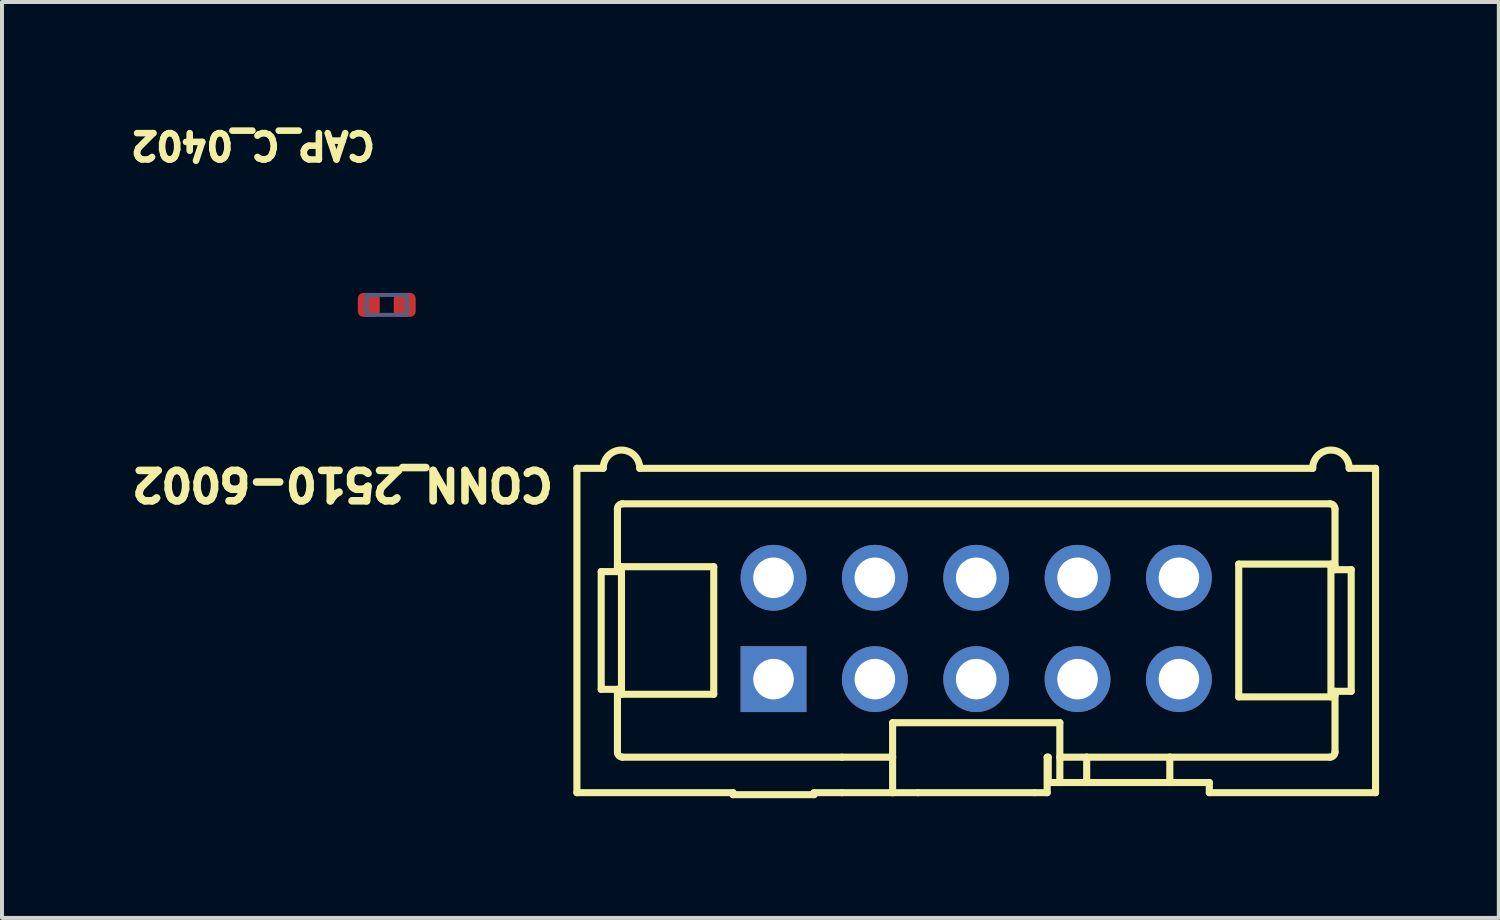
<source format=kicad_pcb>
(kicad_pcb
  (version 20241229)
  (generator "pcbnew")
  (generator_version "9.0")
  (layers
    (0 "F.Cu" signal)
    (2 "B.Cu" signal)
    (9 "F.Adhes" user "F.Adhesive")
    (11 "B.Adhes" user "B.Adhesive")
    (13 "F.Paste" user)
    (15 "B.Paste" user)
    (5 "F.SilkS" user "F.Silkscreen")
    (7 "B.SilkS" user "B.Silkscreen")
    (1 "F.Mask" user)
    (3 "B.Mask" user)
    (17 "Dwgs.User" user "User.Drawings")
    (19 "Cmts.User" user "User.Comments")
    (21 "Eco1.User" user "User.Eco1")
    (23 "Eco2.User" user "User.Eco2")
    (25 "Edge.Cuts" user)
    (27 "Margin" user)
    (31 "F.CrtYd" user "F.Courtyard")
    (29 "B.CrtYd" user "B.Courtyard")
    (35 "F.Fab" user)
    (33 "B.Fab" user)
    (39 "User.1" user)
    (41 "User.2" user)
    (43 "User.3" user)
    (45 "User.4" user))
  (footprint "CONN_2510-6002"
    (layer "F.Cu")
    (at 21.415 12.7)
    (property "Reference" "CONN_2510-6002" (at -10.509 -4.064 180) (unlocked yes) (layer "F.SilkS") (effects (font (size 0.762 0.762) (thickness 0.254) (bold yes)) (justify left bottom)))
    (fp_line (start -10.007 -4.013) (end -10.007 4.115) (stroke (width 0.178) (type solid)) (layer "F.SilkS"))
    (fp_line (start -9.398 -1.425) (end -9.398 1.526) (stroke (width 0.178) (type solid)) (layer "F.SilkS"))
    (fp_line (start -9.347 -4.013) (end -10.007 -4.013) (stroke (width 0.178) (type solid)) (layer "F.SilkS"))
    (fp_line (start -8.991 -2.997) (end -8.991 -1.425) (stroke (width 0.178) (type solid)) (layer "F.SilkS"))
    (fp_line (start -8.991 -1.425) (end -9.398 -1.425) (stroke (width 0.178) (type solid)) (layer "F.SilkS"))
    (fp_line (start -8.991 1.526) (end -9.398 1.526) (stroke (width 0.178) (type solid)) (layer "F.SilkS"))
    (fp_line (start -8.991 1.526) (end -8.991 3.099) (stroke (width 0.178) (type solid)) (layer "F.SilkS"))
    (fp_line (start -8.89 -1.548) (end -8.89 1.649) (stroke (width 0.178) (type solid)) (layer "F.SilkS"))
    (fp_line (start -6.578 -1.548) (end -8.991 -1.548) (stroke (width 0.178) (type solid)) (layer "F.SilkS"))
    (fp_line (start -6.578 -1.548) (end -6.578 1.649) (stroke (width 0.178) (type solid)) (layer "F.SilkS"))
    (fp_line (start -6.578 1.649) (end -8.991 1.649) (stroke (width 0.178) (type solid)) (layer "F.SilkS"))
    (fp_line (start -6.095 4.115) (end -10.007 4.115) (stroke (width 0.178) (type solid)) (layer "F.SilkS"))
    (fp_line (start -6.095 4.115) (end -6.095 4.165) (stroke (width 0.178) (type solid)) (layer "F.SilkS"))
    (fp_line (start -4.063 4.115) (end -4.063 4.165) (stroke (width 0.178) (type solid)) (layer "F.SilkS"))
    (fp_line (start -4.063 4.165) (end -6.095 4.165) (stroke (width 0.178) (type solid)) (layer "F.SilkS"))
    (fp_line (start -3.365 3.226) (end -8.864 3.226) (stroke (width 0.178) (type solid)) (layer "F.SilkS"))
    (fp_line (start -3.365 4.115) (end -4.063 4.115) (stroke (width 0.178) (type solid)) (layer "F.SilkS"))
    (fp_line (start -2.095 2.362) (end -2.095 3.226) (stroke (width 0.178) (type solid)) (layer "F.SilkS"))
    (fp_line (start -2.095 3.226) (end -3.365 3.226) (stroke (width 0.178) (type solid)) (layer "F.SilkS"))
    (fp_line (start -2.095 3.226) (end -2.095 4.115) (stroke (width 0.178) (type solid)) (layer "F.SilkS"))
    (fp_line (start -2.095 4.115) (end -3.365 4.115) (stroke (width 0.178) (type solid)) (layer "F.SilkS"))
    (fp_line (start -1.46 4.115) (end -2.095 4.115) (stroke (width 0.178) (type solid)) (layer "F.SilkS"))
    (fp_line (start 1.461 4.115) (end -1.46 4.115) (stroke (width 0.178) (type solid)) (layer "F.SilkS"))
    (fp_line (start 1.778 3.226) (end 1.778 4.115) (stroke (width 0.178) (type solid)) (layer "F.SilkS"))
    (fp_line (start 1.778 4.115) (end 1.461 4.115) (stroke (width 0.178) (type solid)) (layer "F.SilkS"))
    (fp_line (start 1.805 3.226) (end 1.778 3.226) (stroke (width 0.178) (type solid)) (layer "F.SilkS"))
    (fp_line (start 1.805 3.226) (end 1.805 3.861) (stroke (width 0.178) (type solid)) (layer "F.SilkS"))
    (fp_line (start 2.096 2.362) (end -2.095 2.362) (stroke (width 0.178) (type solid)) (layer "F.SilkS"))
    (fp_line (start 2.096 2.362) (end 2.096 3.226) (stroke (width 0.178) (type solid)) (layer "F.SilkS"))
    (fp_line (start 2.096 3.226) (end 2.096 3.861) (stroke (width 0.178) (type solid)) (layer "F.SilkS"))
    (fp_line (start 2.096 3.861) (end 1.805 3.861) (stroke (width 0.178) (type solid)) (layer "F.SilkS"))
    (fp_line (start 2.769 3.226) (end 2.096 3.226) (stroke (width 0.178) (type solid)) (layer "F.SilkS"))
    (fp_line (start 2.769 3.226) (end 2.769 3.861) (stroke (width 0.178) (type solid)) (layer "F.SilkS"))
    (fp_line (start 2.769 3.861) (end 2.096 3.861) (stroke (width 0.178) (type solid)) (layer "F.SilkS"))
    (fp_line (start 4.852 3.226) (end 2.769 3.226) (stroke (width 0.178) (type solid)) (layer "F.SilkS"))
    (fp_line (start 4.852 3.226) (end 4.852 3.861) (stroke (width 0.178) (type solid)) (layer "F.SilkS"))
    (fp_line (start 4.852 3.861) (end 2.769 3.861) (stroke (width 0.178) (type solid)) (layer "F.SilkS"))
    (fp_line (start 5.842 3.861) (end 4.852 3.861) (stroke (width 0.178) (type solid)) (layer "F.SilkS"))
    (fp_line (start 5.842 3.861) (end 5.842 4.115) (stroke (width 0.178) (type solid)) (layer "F.SilkS"))
    (fp_line (start 6.579 -1.613) (end 6.579 1.714) (stroke (width 0.178) (type solid)) (layer "F.SilkS"))
    (fp_line (start 8.433 -4.013) (end -8.433 -4.013) (stroke (width 0.178) (type solid)) (layer "F.SilkS"))
    (fp_line (start 8.865 -3.124) (end -8.864 -3.124) (stroke (width 0.178) (type solid)) (layer "F.SilkS"))
    (fp_line (start 8.865 3.226) (end 4.852 3.226) (stroke (width 0.178) (type solid)) (layer "F.SilkS"))
    (fp_line (start 8.89 -1.613) (end 6.579 -1.613) (stroke (width 0.178) (type solid)) (layer "F.SilkS"))
    (fp_line (start 8.89 -1.613) (end 8.89 -1.575) (stroke (width 0.178) (type solid)) (layer "F.SilkS"))
    (fp_line (start 8.89 -1.575) (end 8.89 1.676) (stroke (width 0.178) (type solid)) (layer "F.SilkS"))
    (fp_line (start 8.89 1.676) (end 8.89 1.714) (stroke (width 0.178) (type solid)) (layer "F.SilkS"))
    (fp_line (start 8.89 1.714) (end 6.579 1.714) (stroke (width 0.178) (type solid)) (layer "F.SilkS"))
    (fp_line (start 8.992 -2.997) (end 8.992 -1.473) (stroke (width 0.178) (type solid)) (layer "F.SilkS"))
    (fp_line (start 8.992 -1.575) (end 8.89 -1.575) (stroke (width 0.178) (type solid)) (layer "F.SilkS"))
    (fp_line (start 8.992 1.575) (end 8.992 3.099) (stroke (width 0.178) (type solid)) (layer "F.SilkS"))
    (fp_line (start 8.992 1.676) (end 8.89 1.676) (stroke (width 0.178) (type solid)) (layer "F.SilkS"))
    (fp_line (start 9.398 -1.473) (end 8.992 -1.473) (stroke (width 0.178) (type solid)) (layer "F.SilkS"))
    (fp_line (start 9.398 -1.473) (end 9.398 1.575) (stroke (width 0.178) (type solid)) (layer "F.SilkS"))
    (fp_line (start 9.398 1.575) (end 8.992 1.575) (stroke (width 0.178) (type solid)) (layer "F.SilkS"))
    (fp_line (start 10.008 -4.013) (end 9.347 -4.013) (stroke (width 0.178) (type solid)) (layer "F.SilkS"))
    (fp_line (start 10.008 -4.013) (end 10.008 4.115) (stroke (width 0.178) (type solid)) (layer "F.SilkS"))
    (fp_line (start 10.008 4.115) (end 5.842 4.115) (stroke (width 0.178) (type solid)) (layer "F.SilkS"))
    (fp_arc (start -9.346956 -4.013444) (mid -8.889756 -4.470644) (end -8.432556 -4.013444) (stroke (width 0.1778) (type solid)) (layer "F.SilkS"))
    (fp_arc (start -8.991356 -2.997444) (mid -8.954159 -3.087247) (end -8.864356 -3.124444) (stroke (width 0.1778) (type solid)) (layer "F.SilkS"))
    (fp_arc (start -8.864356 3.225556) (mid -8.954159 3.188359) (end -8.991356 3.098556) (stroke (width 0.1778) (type solid)) (layer "F.SilkS"))
    (fp_arc (start 8.433044 -4.013444) (mid 8.890244 -4.470644) (end 9.347444 -4.013444) (stroke (width 0.1778) (type solid)) (layer "F.SilkS"))
    (fp_arc (start 8.864844 -3.124444) (mid 8.954647 -3.087247) (end 8.991844 -2.997444) (stroke (width 0.1778) (type solid)) (layer "F.SilkS"))
    (fp_arc (start 8.991844 3.098556) (mid 8.954647 3.188359) (end 8.864844 3.225556) (stroke (width 0.1778) (type solid)) (layer "F.SilkS"))
    (fp_line (start -10.007 -4.013) (end -10.007 4.115) (stroke (width 0.127) (type solid)) (layer "User.5"))
    (fp_line (start -9.398 -1.425) (end -9.398 1.526) (stroke (width 0.127) (type solid)) (layer "User.5"))
    (fp_line (start -9.347 -4.013) (end -10.007 -4.013) (stroke (width 0.127) (type solid)) (layer "User.5"))
    (fp_line (start -8.991 -2.997) (end -8.991 -1.425) (stroke (width 0.127) (type solid)) (layer "User.5"))
    (fp_line (start -8.991 -1.425) (end -9.398 -1.425) (stroke (width 0.127) (type solid)) (layer "User.5"))
    (fp_line (start -8.991 1.526) (end -9.398 1.526) (stroke (width 0.127) (type solid)) (layer "User.5"))
    (fp_line (start -8.991 1.526) (end -8.991 3.099) (stroke (width 0.127) (type solid)) (layer "User.5"))
    (fp_line (start -8.89 -1.548) (end -8.89 1.649) (stroke (width 0.127) (type solid)) (layer "User.5"))
    (fp_line (start -6.578 -1.548) (end -8.991 -1.548) (stroke (width 0.127) (type solid)) (layer "User.5"))
    (fp_line (start -6.578 -1.548) (end -6.578 1.649) (stroke (width 0.127) (type solid)) (layer "User.5"))
    (fp_line (start -6.578 1.649) (end -8.991 1.649) (stroke (width 0.127) (type solid)) (layer "User.5"))
    (fp_line (start -6.095 4.115) (end -10.007 4.115) (stroke (width 0.127) (type solid)) (layer "User.5"))
    (fp_line (start -6.095 4.115) (end -6.095 4.165) (stroke (width 0.127) (type solid)) (layer "User.5"))
    (fp_line (start -5.416 0.984) (end -5.416 1.657) (stroke (width 0.127) (type solid)) (layer "User.5"))
    (fp_line (start -5.391 0.959) (end -5.391 1.581) (stroke (width 0.127) (type solid)) (layer "User.5"))
    (fp_line (start -4.769 0.959) (end -5.391 0.959) (stroke (width 0.127) (type solid)) (layer "User.5"))
    (fp_line (start -4.769 0.959) (end -4.769 1.581) (stroke (width 0.127) (type solid)) (layer "User.5"))
    (fp_line (start -4.769 1.581) (end -5.391 1.581) (stroke (width 0.127) (type solid)) (layer "User.5"))
    (fp_line (start -4.743 0.984) (end -5.416 0.984) (stroke (width 0.127) (type solid)) (layer "User.5"))
    (fp_line (start -4.743 0.984) (end -4.743 1.657) (stroke (width 0.127) (type solid)) (layer "User.5"))
    (fp_line (start -4.743 1.657) (end -5.416 1.657) (stroke (width 0.127) (type solid)) (layer "User.5"))
    (fp_line (start -4.063 4.115) (end -4.063 4.165) (stroke (width 0.127) (type solid)) (layer "User.5"))
    (fp_line (start -4.063 4.165) (end -6.095 4.165) (stroke (width 0.127) (type solid)) (layer "User.5"))
    (fp_line (start -3.365 3.226) (end -8.864 3.226) (stroke (width 0.127) (type solid)) (layer "User.5"))
    (fp_line (start -3.365 4.115) (end -4.063 4.115) (stroke (width 0.127) (type solid)) (layer "User.5"))
    (fp_line (start -2.095 2.21) (end -2.095 3.226) (stroke (width 0.127) (type solid)) (layer "User.5"))
    (fp_line (start -2.095 3.226) (end -3.365 3.226) (stroke (width 0.127) (type solid)) (layer "User.5"))
    (fp_line (start -2.095 3.226) (end -2.095 4.115) (stroke (width 0.127) (type solid)) (layer "User.5"))
    (fp_line (start -2.095 4.115) (end -3.365 4.115) (stroke (width 0.127) (type solid)) (layer "User.5"))
    (fp_line (start -1.46 4.115) (end -2.095 4.115) (stroke (width 0.127) (type solid)) (layer "User.5"))
    (fp_line (start 1.461 4.115) (end -1.46 4.115) (stroke (width 0.127) (type solid)) (layer "User.5"))
    (fp_line (start 1.778 3.226) (end 1.778 4.115) (stroke (width 0.127) (type solid)) (layer "User.5"))
    (fp_line (start 1.778 4.115) (end 1.461 4.115) (stroke (width 0.127) (type solid)) (layer "User.5"))
    (fp_line (start 1.805 3.226) (end 1.778 3.226) (stroke (width 0.127) (type solid)) (layer "User.5"))
    (fp_line (start 1.805 3.226) (end 1.805 3.861) (stroke (width 0.127) (type solid)) (layer "User.5"))
    (fp_line (start 2.096 2.21) (end -2.095 2.21) (stroke (width 0.127) (type solid)) (layer "User.5"))
    (fp_line (start 2.096 2.21) (end 2.096 3.226) (stroke (width 0.127) (type solid)) (layer "User.5"))
    (fp_line (start 2.096 3.226) (end 2.096 3.861) (stroke (width 0.127) (type solid)) (layer "User.5"))
    (fp_line (start 2.096 3.861) (end 1.805 3.861) (stroke (width 0.127) (type solid)) (layer "User.5"))
    (fp_line (start 2.769 3.226) (end 2.096 3.226) (stroke (width 0.127) (type solid)) (layer "User.5"))
    (fp_line (start 2.769 3.226) (end 2.769 3.861) (stroke (width 0.127) (type solid)) (layer "User.5"))
    (fp_line (start 2.769 3.861) (end 2.096 3.861) (stroke (width 0.127) (type solid)) (layer "User.5"))
    (fp_line (start 4.852 3.226) (end 2.769 3.226) (stroke (width 0.127) (type solid)) (layer "User.5"))
    (fp_line (start 4.852 3.226) (end 4.852 3.861) (stroke (width 0.127) (type solid)) (layer "User.5"))
    (fp_line (start 4.852 3.861) (end 2.769 3.861) (stroke (width 0.127) (type solid)) (layer "User.5"))
    (fp_line (start 5.842 3.861) (end 4.852 3.861) (stroke (width 0.127) (type solid)) (layer "User.5"))
    (fp_line (start 5.842 3.861) (end 5.842 4.115) (stroke (width 0.127) (type solid)) (layer "User.5"))
    (fp_line (start 6.579 -1.613) (end 6.579 1.714) (stroke (width 0.127) (type solid)) (layer "User.5"))
    (fp_line (start 8.433 -4.013) (end -8.433 -4.013) (stroke (width 0.127) (type solid)) (layer "User.5"))
    (fp_line (start 8.865 -3.124) (end -8.864 -3.124) (stroke (width 0.127) (type solid)) (layer "User.5"))
    (fp_line (start 8.865 3.226) (end 4.852 3.226) (stroke (width 0.127) (type solid)) (layer "User.5"))
    (fp_line (start 8.89 -1.613) (end 6.579 -1.613) (stroke (width 0.127) (type solid)) (layer "User.5"))
    (fp_line (start 8.89 -1.613) (end 8.89 -1.575) (stroke (width 0.127) (type solid)) (layer "User.5"))
    (fp_line (start 8.89 -1.575) (end 8.89 1.676) (stroke (width 0.127) (type solid)) (layer "User.5"))
    (fp_line (start 8.89 1.676) (end 8.89 1.714) (stroke (width 0.127) (type solid)) (layer "User.5"))
    (fp_line (start 8.89 1.714) (end 6.579 1.714) (stroke (width 0.127) (type solid)) (layer "User.5"))
    (fp_line (start 8.992 -2.997) (end 8.992 -1.473) (stroke (width 0.127) (type solid)) (layer "User.5"))
    (fp_line (start 8.992 -1.575) (end 8.89 -1.575) (stroke (width 0.127) (type solid)) (layer "User.5"))
    (fp_line (start 8.992 1.575) (end 8.992 3.099) (stroke (width 0.127) (type solid)) (layer "User.5"))
    (fp_line (start 8.992 1.676) (end 8.89 1.676) (stroke (width 0.127) (type solid)) (layer "User.5"))
    (fp_line (start 9.398 -1.473) (end 8.992 -1.473) (stroke (width 0.127) (type solid)) (layer "User.5"))
    (fp_line (start 9.398 -1.473) (end 9.398 1.575) (stroke (width 0.127) (type solid)) (layer "User.5"))
    (fp_line (start 9.398 1.575) (end 8.992 1.575) (stroke (width 0.127) (type solid)) (layer "User.5"))
    (fp_line (start 10.008 -4.013) (end 9.347 -4.013) (stroke (width 0.127) (type solid)) (layer "User.5"))
    (fp_line (start 10.008 -4.013) (end 10.008 4.115) (stroke (width 0.127) (type solid)) (layer "User.5"))
    (fp_line (start 10.008 4.115) (end 5.842 4.115) (stroke (width 0.127) (type solid)) (layer "User.5"))
    (fp_arc (start -9.346956 -4.013444) (mid -8.889756 -4.470644) (end -8.432556 -4.013444) (stroke (width 0.127) (type solid)) (layer "User.5"))
    (fp_arc (start -8.991356 -2.997444) (mid -8.954159 -3.087247) (end -8.864356 -3.124444) (stroke (width 0.127) (type solid)) (layer "User.5"))
    (fp_arc (start -8.864356 3.225556) (mid -8.954159 3.188359) (end -8.991356 3.098556) (stroke (width 0.127) (type solid)) (layer "User.5"))
    (fp_arc (start 8.433044 -4.013444) (mid 8.890244 -4.470644) (end 9.347444 -4.013444) (stroke (width 0.127) (type solid)) (layer "User.5"))
    (fp_arc (start 8.864844 -3.124444) (mid 8.954647 -3.087247) (end 8.991844 -2.997444) (stroke (width 0.127) (type solid)) (layer "User.5"))
    (fp_arc (start 8.991844 3.098556) (mid 8.954647 3.188359) (end 8.864844 3.225556) (stroke (width 0.127) (type solid)) (layer "User.5"))
    (fp_text user "${REFERENCE}" (at -1.524 0.508 0) (unlocked yes) (layer "User.5") (effects (font (size 1.016 1.016) (thickness 0.152))))
    (pad "1" thru_hole rect (at -5.08 1.27) (size 1.65 1.65) (drill 1.016) (layers "*.Cu" "*.Mask"))
    (pad "2" thru_hole circle (at -5.08 -1.27) (size 1.65 1.65) (drill 1.016) (layers "*.Cu" "*.Mask"))
    (pad "3" thru_hole circle (at -2.54 1.27) (size 1.65 1.65) (drill 1.016) (layers "*.Cu" "*.Mask"))
    (pad "4" thru_hole circle (at -2.54 -1.27) (size 1.65 1.65) (drill 1.016) (layers "*.Cu" "*.Mask"))
    (pad "5" thru_hole circle (at 0 1.27) (size 1.65 1.65) (drill 1.016) (layers "*.Cu" "*.Mask"))
    (pad "6" thru_hole circle (at 0 -1.27) (size 1.65 1.65) (drill 1.016) (layers "*.Cu" "*.Mask"))
    (pad "7" thru_hole circle (at 2.54 1.27) (size 1.65 1.65) (drill 1.016) (layers "*.Cu" "*.Mask"))
    (pad "8" thru_hole circle (at 2.54 -1.27) (size 1.65 1.65) (drill 1.016) (layers "*.Cu" "*.Mask"))
    (pad "9" thru_hole circle (at 5.08 1.27) (size 1.65 1.65) (drill 1.016) (layers "*.Cu" "*.Mask"))
    (pad "10" thru_hole circle (at 5.08 -1.27) (size 1.65 1.65) (drill 1.016) (layers "*.Cu" "*.Mask")))
  (footprint "CAP_C_0402"
    (layer "F.Cu")
    (at 6.643 4.591)
    (property "Reference" "CAP_C_0402" (at -0.21 -4.394 180) (unlocked yes) (layer "F.SilkS") (effects (font (size 0.66 0.66) (thickness 0.254) (bold yes)) (justify left bottom)))
    (fp_line (start -0.95 -0.5) (end 0.95 -0.5) (stroke (width 0.1) (type solid)) (layer "Eco1.User"))
    (fp_line (start -0.95 0.5) (end -0.95 -0.5) (stroke (width 0.1) (type solid)) (layer "Eco1.User"))
    (fp_line (start -0.95 0.5) (end 0.95 0.5) (stroke (width 0.1) (type solid)) (layer "Eco1.User"))
    (fp_line (start -0.2 -0.21) (end -0.1 -0.31) (stroke (width 0.1) (type solid)) (layer "Eco1.User"))
    (fp_line (start -0.2 0.18) (end -0.2 -0.21) (stroke (width 0.1) (type solid)) (layer "Eco1.User"))
    (fp_line (start -0.2 0.18) (end -0.11 0.29) (stroke (width 0.1) (type solid)) (layer "Eco1.User"))
    (fp_line (start -0.11 0.29) (end 0.1 0.29) (stroke (width 0.1) (type solid)) (layer "Eco1.User"))
    (fp_line (start -0.1 -0.31) (end 0.1 -0.31) (stroke (width 0.1) (type solid)) (layer "Eco1.User"))
    (fp_line (start 0.1 -0.31) (end 0.2 -0.21) (stroke (width 0.1) (type solid)) (layer "Eco1.User"))
    (fp_line (start 0.1 0.29) (end 0.2 0.19) (stroke (width 0.1) (type solid)) (layer "Eco1.User"))
    (fp_line (start 0.95 0.5) (end 0.95 -0.5) (stroke (width 0.1) (type solid)) (layer "Eco1.User"))
    (fp_line (start -0.5 -0.25) (end 0.5 -0.25) (stroke (width 0.1) (type solid)) (layer "Eco2.User"))
    (fp_line (start -0.5 0.25) (end -0.5 -0.25) (stroke (width 0.1) (type solid)) (layer "Eco2.User"))
    (fp_line (start -0.5 0.25) (end 0.5 0.25) (stroke (width 0.1) (type solid)) (layer "Eco2.User"))
    (fp_line (start 0.5 0.25) (end 0.5 -0.25) (stroke (width 0.1) (type solid)) (layer "Eco2.User"))
    (fp_line (start -0.5 -0.25) (end 0.5 -0.25) (stroke (width 0.1) (type solid)) (layer "B.Fab"))
    (fp_line (start -0.5 0.25) (end -0.5 -0.25) (stroke (width 0.1) (type solid)) (layer "B.Fab"))
    (fp_line (start -0.5 0.25) (end 0.5 0.25) (stroke (width 0.1) (type solid)) (layer "B.Fab"))
    (fp_line (start 0.5 0.25) (end 0.5 -0.25) (stroke (width 0.1) (type solid)) (layer "B.Fab"))
    (fp_text user "${REFERENCE}" (at -0.49 -0.381 180) (unlocked yes) (layer "Eco2.User") (effects (font (size 0.635 0.635) (thickness 0.05) (bold yes))))
    (pad "1" smd roundrect (at -0.45 0) (size 0.55 0.6) (layers "F.Cu" "F.Mask" "F.Paste") (roundrect_rratio 0.25))
    (pad "2" smd roundrect (at 0.45 0) (size 0.55 0.6) (layers "F.Cu" "F.Mask" "F.Paste") (roundrect_rratio 0.25)))
  (gr_rect
    (start -3 -3)
    (end 34.512 19.954)
    (stroke (width 0.1) (type default))
    (fill no)
    (layer "Edge.Cuts")))
</source>
